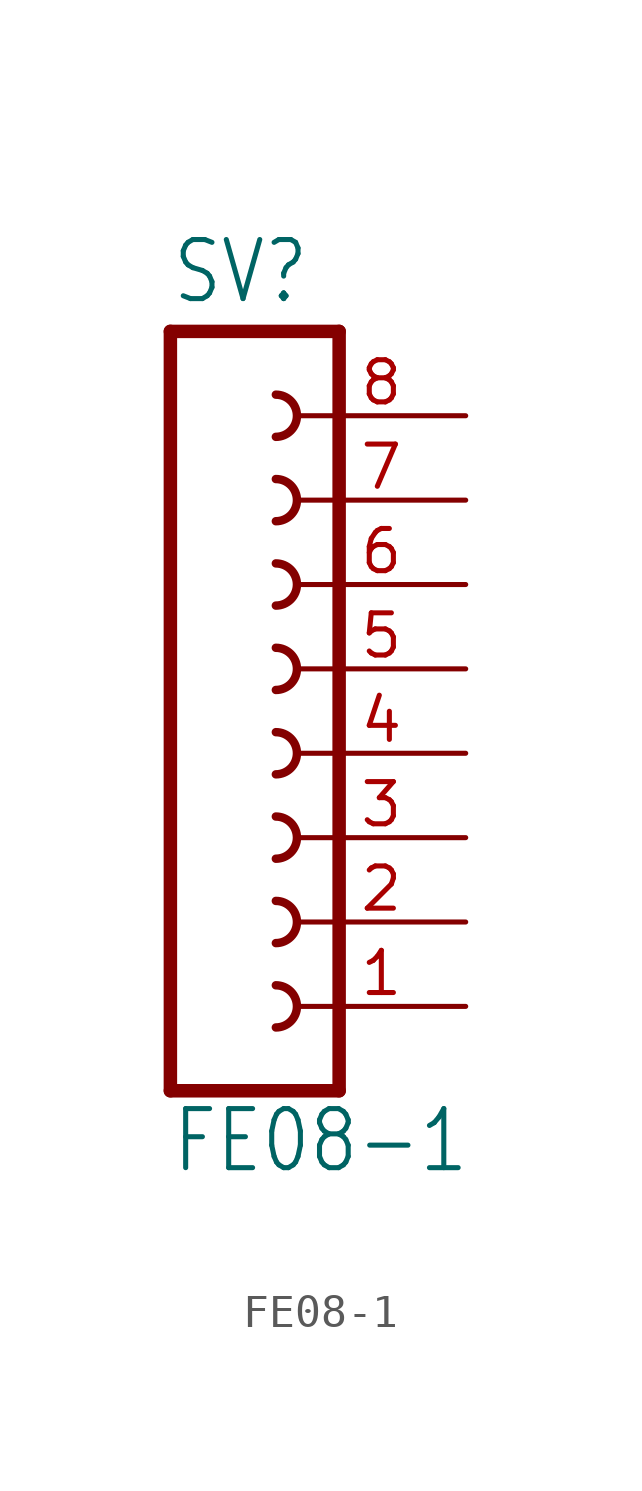
<source format=kicad_sym>
(kicad_symbol_lib
  (version 20211014)
  (generator kicad_symbol_editor)
  (symbol "FE08-1"
    (property "Reference" "SV"
      (at -1.27 13.462 0)
      (effects (font (size 1.778 1.511)) (justify left bottom)))
    (property "Value" "FE08-1"
      (at -1.27 -12.7 0)
      (effects (font (size 1.778 1.511)) (justify left bottom)))
    (property "ki_locked" ""
      (at 0 0 0)
      (effects (font (size 1.27 1.27))))
    (symbol "FE08-1_1_0"
      (polyline (pts (xy -1.27 12.7) (xy -1.27 -10.16)) (stroke (width 0.406) (type default) (color 0 0 0 0)) (fill (type none)))
      (polyline (pts (xy -1.27 12.7) (xy 3.81 12.7)) (stroke (width 0.406) (type default) (color 0 0 0 0)) (fill (type none)))
      (polyline (pts (xy 3.81 -10.16) (xy -1.27 -10.16)) (stroke (width 0.406) (type default) (color 0 0 0 0)) (fill (type none)))
      (polyline (pts (xy 3.81 -10.16) (xy 3.81 12.7)) (stroke (width 0.406) (type default) (color 0 0 0 0)) (fill (type none)))
      (arc (start 1.905 -8.255) (mid 2.54 -7.62) (end 1.905 -6.985) (stroke (width 0.254) (type default) (color 0 0 0 0)) (fill (type none)))
      (arc (start 1.905 -5.715) (mid 2.54 -5.08) (end 1.905 -4.445) (stroke (width 0.254) (type default) (color 0 0 0 0)) (fill (type none)))
      (arc (start 1.905 -3.175) (mid 2.54 -2.54) (end 1.905 -1.905) (stroke (width 0.254) (type default) (color 0 0 0 0)) (fill (type none)))
      (arc (start 1.905 -0.635) (mid 2.54 0) (end 1.905 0.635) (stroke (width 0.254) (type default) (color 0 0 0 0)) (fill (type none)))
      (arc (start 1.905 1.905) (mid 2.54 2.54) (end 1.905 3.175) (stroke (width 0.254) (type default) (color 0 0 0 0)) (fill (type none)))
      (arc (start 1.905 4.445) (mid 2.54 5.08) (end 1.905 5.715) (stroke (width 0.254) (type default) (color 0 0 0 0)) (fill (type none)))
      (arc (start 1.905 6.985) (mid 2.54 7.62) (end 1.905 8.255) (stroke (width 0.254) (type default) (color 0 0 0 0)) (fill (type none)))
      (arc (start 1.905 9.525) (mid 2.54 10.16) (end 1.905 10.795) (stroke (width 0.254) (type default) (color 0 0 0 0)) (fill (type none)))
      (pin passive line (at 7.62 -7.62 180) (length 5.08) (name "1" (effects (font (size 0 0)))) (number "1" (effects (font (size 1.27 1.27)))))
      (pin passive line (at 7.62 -5.08 180) (length 5.08) (name "2" (effects (font (size 0 0)))) (number "2" (effects (font (size 1.27 1.27)))))
      (pin passive line (at 7.62 -2.54 180) (length 5.08) (name "3" (effects (font (size 0 0)))) (number "3" (effects (font (size 1.27 1.27)))))
      (pin passive line (at 7.62 0 180) (length 5.08) (name "4" (effects (font (size 0 0)))) (number "4" (effects (font (size 1.27 1.27)))))
      (pin passive line (at 7.62 2.54 180) (length 5.08) (name "5" (effects (font (size 0 0)))) (number "5" (effects (font (size 1.27 1.27)))))
      (pin passive line (at 7.62 5.08 180) (length 5.08) (name "6" (effects (font (size 0 0)))) (number "6" (effects (font (size 1.27 1.27)))))
      (pin passive line (at 7.62 7.62 180) (length 5.08) (name "7" (effects (font (size 0 0)))) (number "7" (effects (font (size 1.27 1.27)))))
      (pin passive line (at 7.62 10.16 180) (length 5.08) (name "8" (effects (font (size 0 0)))) (number "8" (effects (font (size 1.27 1.27))))))))
</source>
